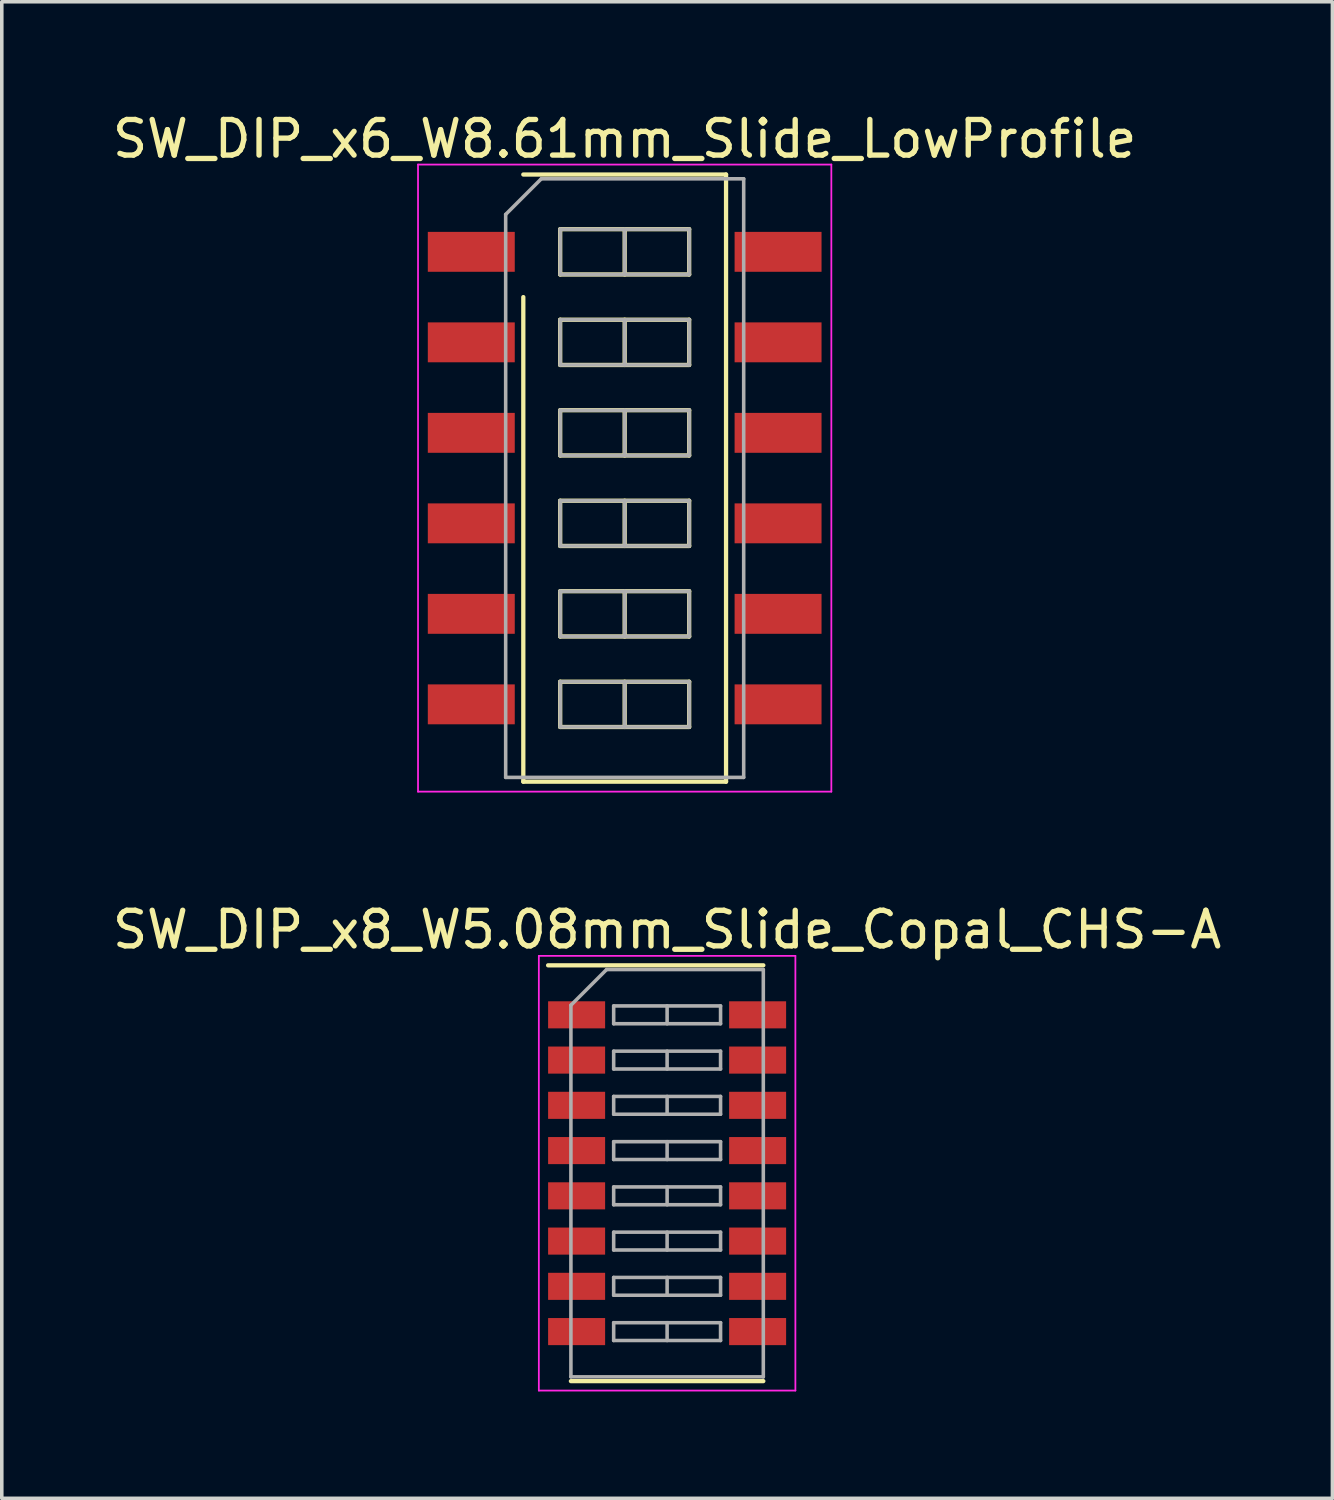
<source format=kicad_pcb>
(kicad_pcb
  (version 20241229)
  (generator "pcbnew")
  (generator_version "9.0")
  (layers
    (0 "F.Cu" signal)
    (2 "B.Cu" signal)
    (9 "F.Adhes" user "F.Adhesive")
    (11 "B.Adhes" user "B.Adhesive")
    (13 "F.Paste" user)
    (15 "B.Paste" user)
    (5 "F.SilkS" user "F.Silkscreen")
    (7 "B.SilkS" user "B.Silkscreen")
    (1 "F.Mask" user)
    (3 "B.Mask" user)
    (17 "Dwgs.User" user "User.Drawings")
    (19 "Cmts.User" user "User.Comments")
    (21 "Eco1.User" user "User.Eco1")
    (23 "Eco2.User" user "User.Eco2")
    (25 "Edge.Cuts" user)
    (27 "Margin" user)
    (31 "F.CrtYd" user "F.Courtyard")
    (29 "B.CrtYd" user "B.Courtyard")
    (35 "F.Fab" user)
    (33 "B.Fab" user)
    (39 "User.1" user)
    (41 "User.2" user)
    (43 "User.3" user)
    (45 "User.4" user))
  (footprint "SW_DIP_x6_W8.61mm_Slide_LowProfile"
    (layer "F.Cu")
    (at 14.482 10.368)
    (property "Reference" "SW_DIP_x6_W8.61mm_Slide_LowProfile" (at 0 -9.52 0) (layer "F.SilkS") (effects (font (size 1 1) (thickness 0.15))))
    (attr smd)
    (fp_line (start -2.845 -8.52) (end 2.845 -8.52) (stroke (width 0.12) (type solid)) (layer "F.SilkS"))
    (fp_line (start -2.845 8.52) (end -2.845 -5.08) (stroke (width 0.12) (type solid)) (layer "F.SilkS"))
    (fp_line (start -1.81 -6.985) (end -1.81 -5.715) (stroke (width 0.12) (type solid)) (layer "F.SilkS"))
    (fp_line (start -1.81 -5.715) (end 1.81 -5.715) (stroke (width 0.12) (type solid)) (layer "F.SilkS"))
    (fp_line (start -1.81 -4.445) (end -1.81 -3.175) (stroke (width 0.12) (type solid)) (layer "F.SilkS"))
    (fp_line (start -1.81 -3.175) (end 1.81 -3.175) (stroke (width 0.12) (type solid)) (layer "F.SilkS"))
    (fp_line (start -1.81 -1.905) (end -1.81 -0.635) (stroke (width 0.12) (type solid)) (layer "F.SilkS"))
    (fp_line (start -1.81 -0.635) (end 1.81 -0.635) (stroke (width 0.12) (type solid)) (layer "F.SilkS"))
    (fp_line (start -1.81 0.635) (end -1.81 1.905) (stroke (width 0.12) (type solid)) (layer "F.SilkS"))
    (fp_line (start -1.81 1.905) (end 1.81 1.905) (stroke (width 0.12) (type solid)) (layer "F.SilkS"))
    (fp_line (start -1.81 3.175) (end -1.81 4.445) (stroke (width 0.12) (type solid)) (layer "F.SilkS"))
    (fp_line (start -1.81 4.445) (end 1.81 4.445) (stroke (width 0.12) (type solid)) (layer "F.SilkS"))
    (fp_line (start -1.81 5.715) (end -1.81 6.985) (stroke (width 0.12) (type solid)) (layer "F.SilkS"))
    (fp_line (start -1.81 6.985) (end 1.81 6.985) (stroke (width 0.12) (type solid)) (layer "F.SilkS"))
    (fp_line (start 0 -6.985) (end 0 -5.715) (stroke (width 0.12) (type solid)) (layer "F.SilkS"))
    (fp_line (start 0 -4.445) (end 0 -3.175) (stroke (width 0.12) (type solid)) (layer "F.SilkS"))
    (fp_line (start 0 -1.905) (end 0 -0.635) (stroke (width 0.12) (type solid)) (layer "F.SilkS"))
    (fp_line (start 0 0.635) (end 0 1.905) (stroke (width 0.12) (type solid)) (layer "F.SilkS"))
    (fp_line (start 0 3.175) (end 0 4.445) (stroke (width 0.12) (type solid)) (layer "F.SilkS"))
    (fp_line (start 0 5.715) (end 0 6.985) (stroke (width 0.12) (type solid)) (layer "F.SilkS"))
    (fp_line (start 1.81 -6.985) (end -1.81 -6.985) (stroke (width 0.12) (type solid)) (layer "F.SilkS"))
    (fp_line (start 1.81 -5.715) (end 1.81 -6.985) (stroke (width 0.12) (type solid)) (layer "F.SilkS"))
    (fp_line (start 1.81 -4.445) (end -1.81 -4.445) (stroke (width 0.12) (type solid)) (layer "F.SilkS"))
    (fp_line (start 1.81 -3.175) (end 1.81 -4.445) (stroke (width 0.12) (type solid)) (layer "F.SilkS"))
    (fp_line (start 1.81 -1.905) (end -1.81 -1.905) (stroke (width 0.12) (type solid)) (layer "F.SilkS"))
    (fp_line (start 1.81 -0.635) (end 1.81 -1.905) (stroke (width 0.12) (type solid)) (layer "F.SilkS"))
    (fp_line (start 1.81 0.635) (end -1.81 0.635) (stroke (width 0.12) (type solid)) (layer "F.SilkS"))
    (fp_line (start 1.81 1.905) (end 1.81 0.635) (stroke (width 0.12) (type solid)) (layer "F.SilkS"))
    (fp_line (start 1.81 3.175) (end -1.81 3.175) (stroke (width 0.12) (type solid)) (layer "F.SilkS"))
    (fp_line (start 1.81 4.445) (end 1.81 3.175) (stroke (width 0.12) (type solid)) (layer "F.SilkS"))
    (fp_line (start 1.81 5.715) (end -1.81 5.715) (stroke (width 0.12) (type solid)) (layer "F.SilkS"))
    (fp_line (start 1.81 6.985) (end 1.81 5.715) (stroke (width 0.12) (type solid)) (layer "F.SilkS"))
    (fp_line (start 2.845 -8.52) (end 2.845 8.52) (stroke (width 0.12) (type solid)) (layer "F.SilkS"))
    (fp_line (start 2.845 8.52) (end -2.845 8.52) (stroke (width 0.12) (type solid)) (layer "F.SilkS"))
    (fp_line (start -5.8 -8.8) (end -5.8 8.8) (stroke (width 0.05) (type solid)) (layer "F.CrtYd"))
    (fp_line (start -5.8 8.8) (end 5.8 8.8) (stroke (width 0.05) (type solid)) (layer "F.CrtYd"))
    (fp_line (start 5.8 -8.8) (end -5.8 -8.8) (stroke (width 0.05) (type solid)) (layer "F.CrtYd"))
    (fp_line (start 5.8 8.8) (end 5.8 -8.8) (stroke (width 0.05) (type solid)) (layer "F.CrtYd"))
    (fp_line (start -3.34 -7.4) (end -2.34 -8.4) (stroke (width 0.1) (type solid)) (layer "F.Fab"))
    (fp_line (start -3.34 8.4) (end -3.34 -7.4) (stroke (width 0.1) (type solid)) (layer "F.Fab"))
    (fp_line (start -2.34 -8.4) (end 3.34 -8.4) (stroke (width 0.1) (type solid)) (layer "F.Fab"))
    (fp_line (start -1.81 -6.985) (end -1.81 -5.715) (stroke (width 0.1) (type solid)) (layer "F.Fab"))
    (fp_line (start -1.81 -5.715) (end 1.81 -5.715) (stroke (width 0.1) (type solid)) (layer "F.Fab"))
    (fp_line (start -1.81 -4.445) (end -1.81 -3.175) (stroke (width 0.1) (type solid)) (layer "F.Fab"))
    (fp_line (start -1.81 -3.175) (end 1.81 -3.175) (stroke (width 0.1) (type solid)) (layer "F.Fab"))
    (fp_line (start -1.81 -1.905) (end -1.81 -0.635) (stroke (width 0.1) (type solid)) (layer "F.Fab"))
    (fp_line (start -1.81 -0.635) (end 1.81 -0.635) (stroke (width 0.1) (type solid)) (layer "F.Fab"))
    (fp_line (start -1.81 0.635) (end -1.81 1.905) (stroke (width 0.1) (type solid)) (layer "F.Fab"))
    (fp_line (start -1.81 1.905) (end 1.81 1.905) (stroke (width 0.1) (type solid)) (layer "F.Fab"))
    (fp_line (start -1.81 3.175) (end -1.81 4.445) (stroke (width 0.1) (type solid)) (layer "F.Fab"))
    (fp_line (start -1.81 4.445) (end 1.81 4.445) (stroke (width 0.1) (type solid)) (layer "F.Fab"))
    (fp_line (start -1.81 5.715) (end -1.81 6.985) (stroke (width 0.1) (type solid)) (layer "F.Fab"))
    (fp_line (start -1.81 6.985) (end 1.81 6.985) (stroke (width 0.1) (type solid)) (layer "F.Fab"))
    (fp_line (start 0 -6.985) (end 0 -5.715) (stroke (width 0.1) (type solid)) (layer "F.Fab"))
    (fp_line (start 0 -4.445) (end 0 -3.175) (stroke (width 0.1) (type solid)) (layer "F.Fab"))
    (fp_line (start 0 -1.905) (end 0 -0.635) (stroke (width 0.1) (type solid)) (layer "F.Fab"))
    (fp_line (start 0 0.635) (end 0 1.905) (stroke (width 0.1) (type solid)) (layer "F.Fab"))
    (fp_line (start 0 3.175) (end 0 4.445) (stroke (width 0.1) (type solid)) (layer "F.Fab"))
    (fp_line (start 0 5.715) (end 0 6.985) (stroke (width 0.1) (type solid)) (layer "F.Fab"))
    (fp_line (start 1.81 -6.985) (end -1.81 -6.985) (stroke (width 0.1) (type solid)) (layer "F.Fab"))
    (fp_line (start 1.81 -5.715) (end 1.81 -6.985) (stroke (width 0.1) (type solid)) (layer "F.Fab"))
    (fp_line (start 1.81 -4.445) (end -1.81 -4.445) (stroke (width 0.1) (type solid)) (layer "F.Fab"))
    (fp_line (start 1.81 -3.175) (end 1.81 -4.445) (stroke (width 0.1) (type solid)) (layer "F.Fab"))
    (fp_line (start 1.81 -1.905) (end -1.81 -1.905) (stroke (width 0.1) (type solid)) (layer "F.Fab"))
    (fp_line (start 1.81 -0.635) (end 1.81 -1.905) (stroke (width 0.1) (type solid)) (layer "F.Fab"))
    (fp_line (start 1.81 0.635) (end -1.81 0.635) (stroke (width 0.1) (type solid)) (layer "F.Fab"))
    (fp_line (start 1.81 1.905) (end 1.81 0.635) (stroke (width 0.1) (type solid)) (layer "F.Fab"))
    (fp_line (start 1.81 3.175) (end -1.81 3.175) (stroke (width 0.1) (type solid)) (layer "F.Fab"))
    (fp_line (start 1.81 4.445) (end 1.81 3.175) (stroke (width 0.1) (type solid)) (layer "F.Fab"))
    (fp_line (start 1.81 5.715) (end -1.81 5.715) (stroke (width 0.1) (type solid)) (layer "F.Fab"))
    (fp_line (start 1.81 6.985) (end 1.81 5.715) (stroke (width 0.1) (type solid)) (layer "F.Fab"))
    (fp_line (start 3.34 -8.4) (end 3.34 8.4) (stroke (width 0.1) (type solid)) (layer "F.Fab"))
    (fp_line (start 3.34 8.4) (end -3.34 8.4) (stroke (width 0.1) (type solid)) (layer "F.Fab"))
    (pad "1" smd rect (at -4.305 -6.35) (size 2.44 1.12) (layers "F.Cu" "F.Mask"))
    (pad "2" smd rect (at -4.305 -3.81) (size 2.44 1.12) (layers "F.Cu" "F.Mask"))
    (pad "3" smd rect (at -4.305 -1.27) (size 2.44 1.12) (layers "F.Cu" "F.Mask"))
    (pad "4" smd rect (at -4.305 1.27) (size 2.44 1.12) (layers "F.Cu" "F.Mask"))
    (pad "5" smd rect (at -4.305 3.81) (size 2.44 1.12) (layers "F.Cu" "F.Mask"))
    (pad "6" smd rect (at -4.305 6.35) (size 2.44 1.12) (layers "F.Cu" "F.Mask"))
    (pad "7" smd rect (at 4.305 6.35) (size 2.44 1.12) (layers "F.Cu" "F.Mask"))
    (pad "8" smd rect (at 4.305 3.81) (size 2.44 1.12) (layers "F.Cu" "F.Mask"))
    (pad "9" smd rect (at 4.305 1.27) (size 2.44 1.12) (layers "F.Cu" "F.Mask"))
    (pad "10" smd rect (at 4.305 -1.27) (size 2.44 1.12) (layers "F.Cu" "F.Mask"))
    (pad "11" smd rect (at 4.305 -3.81) (size 2.44 1.12) (layers "F.Cu" "F.Mask"))
    (pad "12" smd rect (at 4.305 -6.35) (size 2.44 1.12) (layers "F.Cu" "F.Mask")))
  (footprint "SW_DIP_x8_W5.08mm_Slide_Copal_CHS-A"
    (layer "F.Cu")
    (at 15.673 29.877)
    (property "Reference" "SW_DIP_x8_W5.08mm_Slide_Copal_CHS-A" (at 0 -6.835 0) (layer "F.SilkS") (effects (font (size 1 1) (thickness 0.15))))
    (attr smd)
    (fp_line (start -3.34 -5.835) (end 2.7 -5.835) (stroke (width 0.12) (type solid)) (layer "F.SilkS"))
    (fp_line (start -2.7 5.835) (end 2.7 5.835) (stroke (width 0.12) (type solid)) (layer "F.SilkS"))
    (fp_line (start -3.6 -6.1) (end -3.6 6.1) (stroke (width 0.05) (type solid)) (layer "F.CrtYd"))
    (fp_line (start -3.6 6.1) (end 3.6 6.1) (stroke (width 0.05) (type solid)) (layer "F.CrtYd"))
    (fp_line (start 3.6 -6.1) (end -3.6 -6.1) (stroke (width 0.05) (type solid)) (layer "F.CrtYd"))
    (fp_line (start 3.6 6.1) (end 3.6 -6.1) (stroke (width 0.05) (type solid)) (layer "F.CrtYd"))
    (fp_line (start -2.7 -4.715) (end -1.7 -5.715) (stroke (width 0.1) (type solid)) (layer "F.Fab"))
    (fp_line (start -2.7 5.715) (end -2.7 -4.715) (stroke (width 0.1) (type solid)) (layer "F.Fab"))
    (fp_line (start -1.7 -5.715) (end 2.7 -5.715) (stroke (width 0.1) (type solid)) (layer "F.Fab"))
    (fp_line (start -1.5 -4.695) (end -1.5 -4.195) (stroke (width 0.1) (type solid)) (layer "F.Fab"))
    (fp_line (start -1.5 -4.195) (end 1.5 -4.195) (stroke (width 0.1) (type solid)) (layer "F.Fab"))
    (fp_line (start -1.5 -3.425) (end -1.5 -2.925) (stroke (width 0.1) (type solid)) (layer "F.Fab"))
    (fp_line (start -1.5 -2.925) (end 1.5 -2.925) (stroke (width 0.1) (type solid)) (layer "F.Fab"))
    (fp_line (start -1.5 -2.155) (end -1.5 -1.655) (stroke (width 0.1) (type solid)) (layer "F.Fab"))
    (fp_line (start -1.5 -1.655) (end 1.5 -1.655) (stroke (width 0.1) (type solid)) (layer "F.Fab"))
    (fp_line (start -1.5 -0.885) (end -1.5 -0.385) (stroke (width 0.1) (type solid)) (layer "F.Fab"))
    (fp_line (start -1.5 -0.385) (end 1.5 -0.385) (stroke (width 0.1) (type solid)) (layer "F.Fab"))
    (fp_line (start -1.5 0.385) (end -1.5 0.885) (stroke (width 0.1) (type solid)) (layer "F.Fab"))
    (fp_line (start -1.5 0.885) (end 1.5 0.885) (stroke (width 0.1) (type solid)) (layer "F.Fab"))
    (fp_line (start -1.5 1.655) (end -1.5 2.155) (stroke (width 0.1) (type solid)) (layer "F.Fab"))
    (fp_line (start -1.5 2.155) (end 1.5 2.155) (stroke (width 0.1) (type solid)) (layer "F.Fab"))
    (fp_line (start -1.5 2.925) (end -1.5 3.425) (stroke (width 0.1) (type solid)) (layer "F.Fab"))
    (fp_line (start -1.5 3.425) (end 1.5 3.425) (stroke (width 0.1) (type solid)) (layer "F.Fab"))
    (fp_line (start -1.5 4.195) (end -1.5 4.695) (stroke (width 0.1) (type solid)) (layer "F.Fab"))
    (fp_line (start -1.5 4.695) (end 1.5 4.695) (stroke (width 0.1) (type solid)) (layer "F.Fab"))
    (fp_line (start 0 -4.695) (end 0 -4.195) (stroke (width 0.1) (type solid)) (layer "F.Fab"))
    (fp_line (start 0 -3.425) (end 0 -2.925) (stroke (width 0.1) (type solid)) (layer "F.Fab"))
    (fp_line (start 0 -2.155) (end 0 -1.655) (stroke (width 0.1) (type solid)) (layer "F.Fab"))
    (fp_line (start 0 -0.885) (end 0 -0.385) (stroke (width 0.1) (type solid)) (layer "F.Fab"))
    (fp_line (start 0 0.385) (end 0 0.885) (stroke (width 0.1) (type solid)) (layer "F.Fab"))
    (fp_line (start 0 1.655) (end 0 2.155) (stroke (width 0.1) (type solid)) (layer "F.Fab"))
    (fp_line (start 0 2.925) (end 0 3.425) (stroke (width 0.1) (type solid)) (layer "F.Fab"))
    (fp_line (start 0 4.195) (end 0 4.695) (stroke (width 0.1) (type solid)) (layer "F.Fab"))
    (fp_line (start 1.5 -4.695) (end -1.5 -4.695) (stroke (width 0.1) (type solid)) (layer "F.Fab"))
    (fp_line (start 1.5 -4.195) (end 1.5 -4.695) (stroke (width 0.1) (type solid)) (layer "F.Fab"))
    (fp_line (start 1.5 -3.425) (end -1.5 -3.425) (stroke (width 0.1) (type solid)) (layer "F.Fab"))
    (fp_line (start 1.5 -2.925) (end 1.5 -3.425) (stroke (width 0.1) (type solid)) (layer "F.Fab"))
    (fp_line (start 1.5 -2.155) (end -1.5 -2.155) (stroke (width 0.1) (type solid)) (layer "F.Fab"))
    (fp_line (start 1.5 -1.655) (end 1.5 -2.155) (stroke (width 0.1) (type solid)) (layer "F.Fab"))
    (fp_line (start 1.5 -0.885) (end -1.5 -0.885) (stroke (width 0.1) (type solid)) (layer "F.Fab"))
    (fp_line (start 1.5 -0.385) (end 1.5 -0.885) (stroke (width 0.1) (type solid)) (layer "F.Fab"))
    (fp_line (start 1.5 0.385) (end -1.5 0.385) (stroke (width 0.1) (type solid)) (layer "F.Fab"))
    (fp_line (start 1.5 0.885) (end 1.5 0.385) (stroke (width 0.1) (type solid)) (layer "F.Fab"))
    (fp_line (start 1.5 1.655) (end -1.5 1.655) (stroke (width 0.1) (type solid)) (layer "F.Fab"))
    (fp_line (start 1.5 2.155) (end 1.5 1.655) (stroke (width 0.1) (type solid)) (layer "F.Fab"))
    (fp_line (start 1.5 2.925) (end -1.5 2.925) (stroke (width 0.1) (type solid)) (layer "F.Fab"))
    (fp_line (start 1.5 3.425) (end 1.5 2.925) (stroke (width 0.1) (type solid)) (layer "F.Fab"))
    (fp_line (start 1.5 4.195) (end -1.5 4.195) (stroke (width 0.1) (type solid)) (layer "F.Fab"))
    (fp_line (start 1.5 4.695) (end 1.5 4.195) (stroke (width 0.1) (type solid)) (layer "F.Fab"))
    (fp_line (start 2.7 -5.715) (end 2.7 5.715) (stroke (width 0.1) (type solid)) (layer "F.Fab"))
    (fp_line (start 2.7 5.715) (end -2.7 5.715) (stroke (width 0.1) (type solid)) (layer "F.Fab"))
    (pad "1" smd rect (at -2.54 -4.445) (size 1.6 0.76) (layers "F.Cu" "F.Mask"))
    (pad "2" smd rect (at -2.54 -3.175) (size 1.6 0.76) (layers "F.Cu" "F.Mask"))
    (pad "3" smd rect (at -2.54 -1.905) (size 1.6 0.76) (layers "F.Cu" "F.Mask"))
    (pad "4" smd rect (at -2.54 -0.635) (size 1.6 0.76) (layers "F.Cu" "F.Mask"))
    (pad "5" smd rect (at -2.54 0.635) (size 1.6 0.76) (layers "F.Cu" "F.Mask"))
    (pad "6" smd rect (at -2.54 1.905) (size 1.6 0.76) (layers "F.Cu" "F.Mask"))
    (pad "7" smd rect (at -2.54 3.175) (size 1.6 0.76) (layers "F.Cu" "F.Mask"))
    (pad "8" smd rect (at -2.54 4.445) (size 1.6 0.76) (layers "F.Cu" "F.Mask"))
    (pad "9" smd rect (at 2.54 4.445) (size 1.6 0.76) (layers "F.Cu" "F.Mask"))
    (pad "10" smd rect (at 2.54 3.175) (size 1.6 0.76) (layers "F.Cu" "F.Mask"))
    (pad "11" smd rect (at 2.54 1.905) (size 1.6 0.76) (layers "F.Cu" "F.Mask"))
    (pad "12" smd rect (at 2.54 0.635) (size 1.6 0.76) (layers "F.Cu" "F.Mask"))
    (pad "13" smd rect (at 2.54 -0.635) (size 1.6 0.76) (layers "F.Cu" "F.Mask"))
    (pad "14" smd rect (at 2.54 -1.905) (size 1.6 0.76) (layers "F.Cu" "F.Mask"))
    (pad "15" smd rect (at 2.54 -3.175) (size 1.6 0.76) (layers "F.Cu" "F.Mask"))
    (pad "16" smd rect (at 2.54 -4.445) (size 1.6 0.76) (layers "F.Cu" "F.Mask")))
  (gr_rect
    (start -3 -3)
    (end 34.345 39.002)
    (stroke (width 0.1) (type default))
    (fill no)
    (layer "Edge.Cuts")))
</source>
